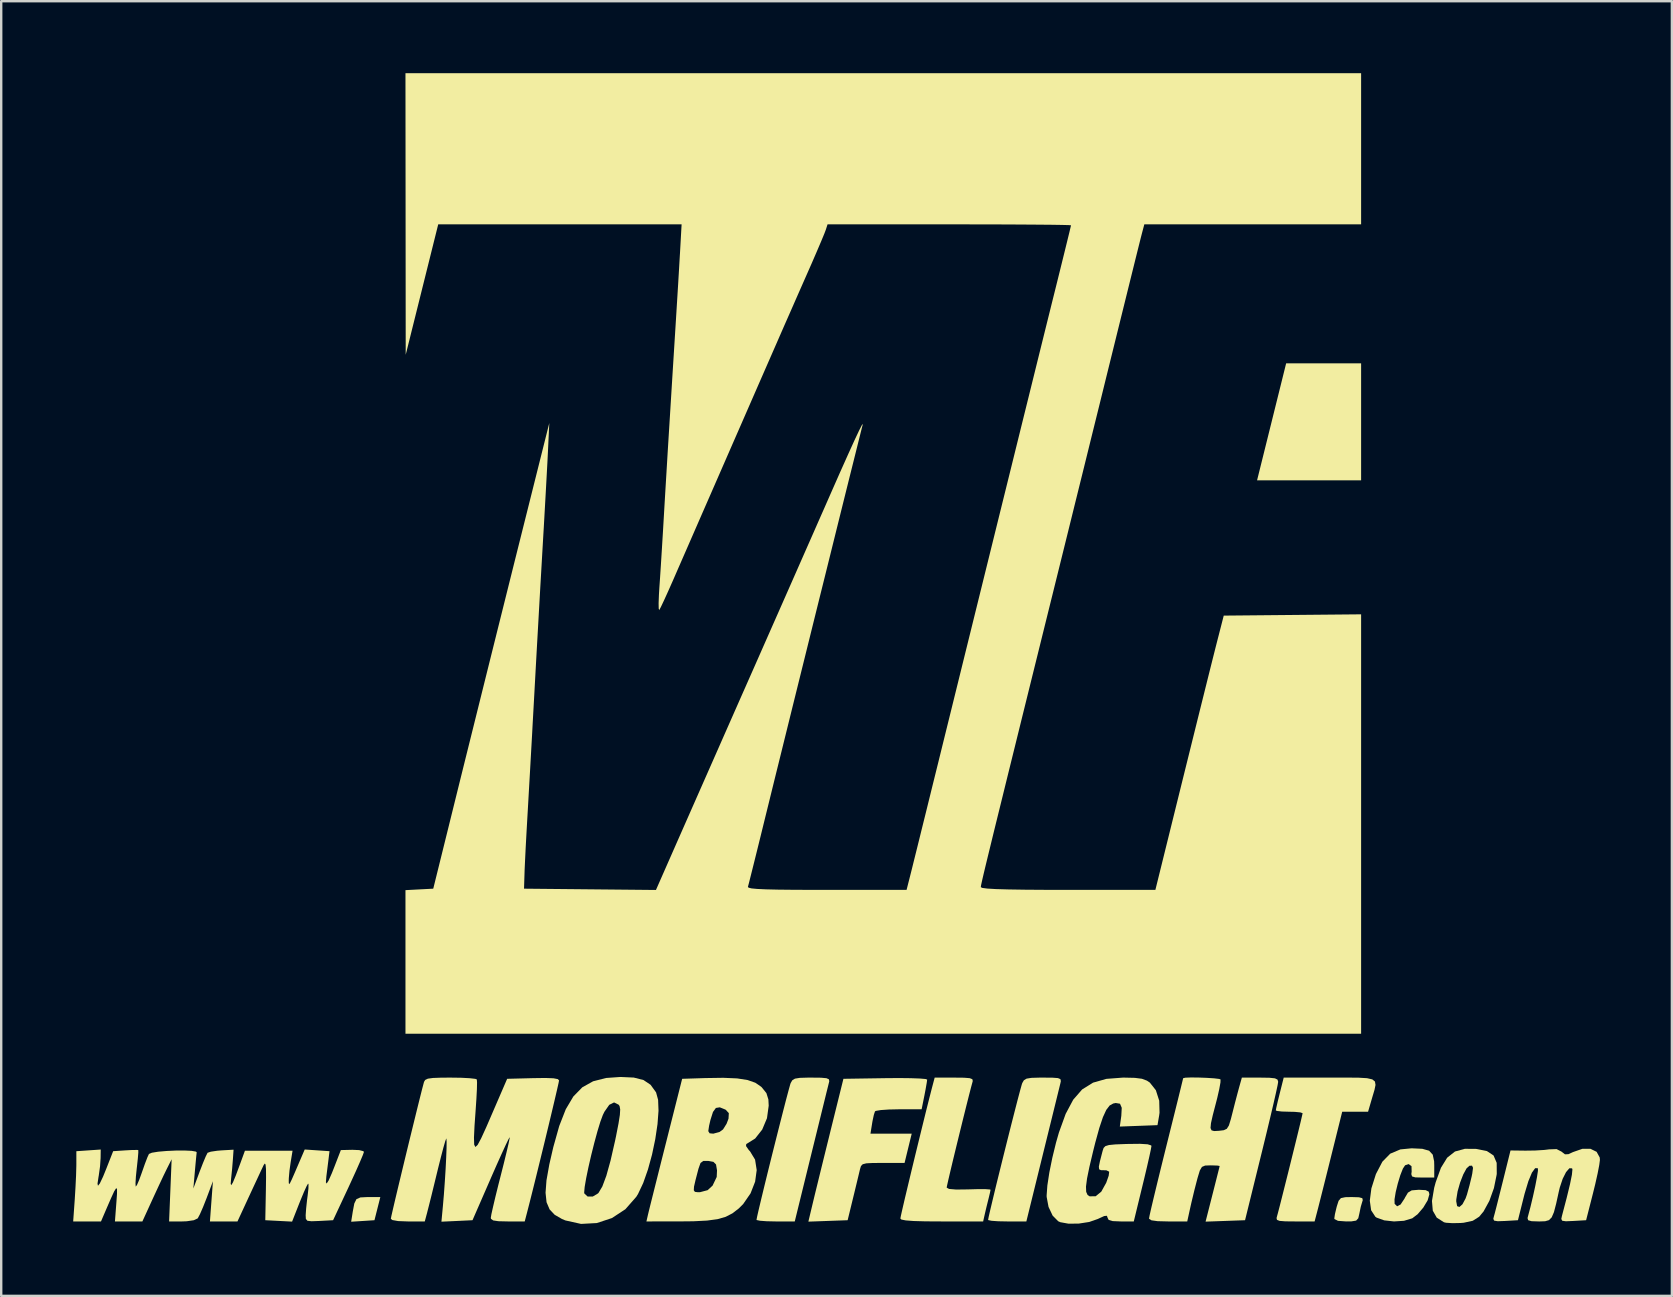
<source format=kicad_pcb>
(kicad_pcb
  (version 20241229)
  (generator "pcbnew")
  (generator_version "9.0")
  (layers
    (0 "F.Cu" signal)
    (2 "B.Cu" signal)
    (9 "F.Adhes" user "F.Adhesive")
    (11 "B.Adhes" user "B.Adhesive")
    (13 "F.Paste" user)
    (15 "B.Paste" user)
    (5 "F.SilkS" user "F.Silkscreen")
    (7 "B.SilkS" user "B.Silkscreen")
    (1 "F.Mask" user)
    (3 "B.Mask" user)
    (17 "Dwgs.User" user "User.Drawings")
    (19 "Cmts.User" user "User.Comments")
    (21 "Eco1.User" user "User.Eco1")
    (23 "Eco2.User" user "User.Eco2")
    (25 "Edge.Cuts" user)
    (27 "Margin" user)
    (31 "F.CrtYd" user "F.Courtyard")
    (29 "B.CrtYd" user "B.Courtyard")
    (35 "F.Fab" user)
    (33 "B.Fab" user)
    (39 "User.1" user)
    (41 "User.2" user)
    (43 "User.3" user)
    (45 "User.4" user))
  (footprint "MobiFlight_250x250"
    (layer "F.Cu")
    (at 31.831 23.978)
    (property "Reference" "MobiFlight_250x250" (at 0.025 13.564 0) (layer "F.SilkS") (effects (font (size 1.524 1.524) (thickness 0.3))))
    (attr board_only exclude_from_pos_files exclude_from_bom)
    (fp_poly (pts (xy 21.844 -7.01) (xy 17.508 -7.01) (xy 18.72 -11.887) (xy 21.844 -11.887)) (stroke (width 0) (type solid)) (fill yes) (layer "F.SilkS"))
    (fp_poly (pts (xy -19.153 23.343) (xy -19.275 23.825) (xy -20.246 23.888) (xy -20.178 23.46) (xy -20.115 23.127) (xy -20.027 22.948) (xy -19.861 22.875) (xy -19.566 22.86) (xy -19.517 22.86) (xy -19.031 22.86)) (stroke (width 0) (type solid)) (fill yes) (layer "F.SilkS"))
    (fp_poly (pts (xy 21.754 22.869) (xy 21.893 22.906) (xy 21.913 22.988) (xy 21.897 23.038) (xy 21.83 23.264) (xy 21.771 23.546) (xy 21.726 23.743) (xy 21.637 23.841) (xy 21.445 23.873) (xy 21.221 23.876) (xy 20.88 23.851) (xy 20.733 23.776) (xy 20.727 23.749) (xy 20.753 23.573) (xy 20.817 23.302) (xy 20.833 23.241) (xy 20.906 23.016) (xy 21.002 22.904) (xy 21.185 22.865) (xy 21.453 22.86)) (stroke (width 0) (type solid)) (fill yes) (layer "F.SilkS"))
    (fp_poly (pts (xy -0.664 17.886) (xy -0.436 17.907) (xy -0.335 17.954) (xy -0.321 18.035) (xy -0.327 18.059) (xy -0.362 18.201) (xy -0.44 18.513) (xy -0.552 18.969) (xy -0.693 19.542) (xy -0.856 20.205) (xy -1.035 20.931) (xy -1.066 21.057) (xy -1.759 23.876) (xy -2.556 23.876) (xy -2.929 23.868) (xy -3.209 23.847) (xy -3.346 23.818) (xy -3.353 23.809) (xy -3.329 23.681) (xy -3.262 23.387) (xy -3.16 22.958) (xy -3.031 22.425) (xy -2.883 21.821) (xy -2.723 21.175) (xy -2.558 20.518) (xy -2.398 19.883) (xy -2.249 19.299) (xy -2.12 18.799) (xy -2.017 18.412) (xy -1.95 18.171) (xy -1.93 18.11) (xy -1.863 17.994) (xy -1.751 17.925) (xy -1.548 17.892) (xy -1.205 17.882) (xy -1.057 17.882)) (stroke (width 0) (type solid)) (fill yes) (layer "F.SilkS"))
    (fp_poly (pts (xy 8.985 17.885) (xy 9.211 17.902) (xy 9.313 17.946) (xy 9.33 18.029) (xy 9.313 18.11) (xy 9.275 18.266) (xy 9.195 18.591) (xy 9.08 19.059) (xy 8.937 19.64) (xy 8.772 20.308) (xy 8.593 21.034) (xy 8.575 21.107) (xy 7.893 23.876) (xy 7.096 23.876) (xy 6.723 23.869) (xy 6.443 23.849) (xy 6.306 23.82) (xy 6.299 23.812) (xy 6.323 23.684) (xy 6.39 23.39) (xy 6.492 22.962) (xy 6.62 22.429) (xy 6.769 21.825) (xy 6.929 21.178) (xy 7.093 20.522) (xy 7.253 19.886) (xy 7.402 19.302) (xy 7.531 18.801) (xy 7.634 18.414) (xy 7.701 18.172) (xy 7.722 18.11) (xy 7.789 17.994) (xy 7.901 17.925) (xy 8.104 17.892) (xy 8.448 17.882) (xy 8.594 17.882)) (stroke (width 0) (type solid)) (fill yes) (layer "F.SilkS"))
    (fp_poly (pts (xy 3.076 17.906) (xy 3.457 17.92) (xy 3.694 17.941) (xy 3.759 17.964) (xy 3.74 18.104) (xy 3.692 18.377) (xy 3.644 18.627) (xy 3.528 19.202) (xy 2.583 19.202) (xy 2.165 19.211) (xy 1.829 19.234) (xy 1.624 19.268) (xy 1.585 19.288) (xy 1.536 19.436) (xy 1.48 19.7) (xy 1.464 19.796) (xy 1.396 20.218) (xy 3.115 20.218) (xy 2.966 20.828) (xy 2.817 21.438) (xy 1.918 21.438) (xy 1.49 21.44) (xy 1.222 21.454) (xy 1.072 21.493) (xy 1 21.569) (xy 0.961 21.695) (xy 0.956 21.717) (xy 0.903 21.94) (xy 0.817 22.298) (xy 0.713 22.727) (xy 0.668 22.911) (xy 0.445 23.825) (xy -1.192 23.884) (xy -1.003 23.092) (xy -0.921 22.752) (xy -0.8 22.258) (xy -0.652 21.653) (xy -0.486 20.981) (xy -0.314 20.285) (xy -0.273 20.117) (xy 0.269 17.932) (xy 2.014 17.905) (xy 2.584 17.9)) (stroke (width 0) (type solid)) (fill yes) (layer "F.SilkS"))
    (fp_poly (pts (xy 26.639 20.853) (xy 27.086 20.943) (xy 27.364 21.128) (xy 27.494 21.434) (xy 27.497 21.884) (xy 27.492 21.932) (xy 27.379 22.486) (xy 27.189 23.017) (xy 26.947 23.46) (xy 26.764 23.68) (xy 26.498 23.848) (xy 26.12 23.93) (xy 25.985 23.941) (xy 25.651 23.948) (xy 25.387 23.931) (xy 25.298 23.911) (xy 24.997 23.719) (xy 24.831 23.428) (xy 24.798 23.038) (xy 25.808 23.038) (xy 25.845 23.238) (xy 25.941 23.273) (xy 26.068 23.16) (xy 26.198 22.917) (xy 26.257 22.75) (xy 26.361 22.372) (xy 26.45 22.007) (xy 26.477 21.877) (xy 26.508 21.641) (xy 26.466 21.552) (xy 26.359 21.555) (xy 26.237 21.666) (xy 26.1 21.919) (xy 25.969 22.257) (xy 25.865 22.622) (xy 25.811 22.957) (xy 25.808 23.038) (xy 24.798 23.038) (xy 24.797 23.02) (xy 24.889 22.475) (xy 24.952 22.243) (xy 25.171 21.64) (xy 25.43 21.22) (xy 25.755 20.962) (xy 26.168 20.849)) (stroke (width 0) (type solid)) (fill yes) (layer "F.SilkS"))
    (fp_poly (pts (xy 21.737 17.885) (xy 22.091 17.906) (xy 22.311 17.956) (xy 22.421 18.046) (xy 22.444 18.187) (xy 22.402 18.392) (xy 22.319 18.67) (xy 22.294 18.755) (xy 22.134 19.304) (xy 21.056 19.304) (xy 20.582 21.209) (xy 20.427 21.83) (xy 20.282 22.408) (xy 20.157 22.904) (xy 20.062 23.279) (xy 20.006 23.495) (xy 19.906 23.876) (xy 19.09 23.876) (xy 18.686 23.872) (xy 18.447 23.853) (xy 18.338 23.811) (xy 18.32 23.737) (xy 18.329 23.698) (xy 18.374 23.535) (xy 18.456 23.22) (xy 18.565 22.789) (xy 18.694 22.276) (xy 18.834 21.718) (xy 18.975 21.148) (xy 19.11 20.603) (xy 19.229 20.117) (xy 19.324 19.725) (xy 19.385 19.462) (xy 19.406 19.365) (xy 19.314 19.332) (xy 19.077 19.309) (xy 18.847 19.304) (xy 18.541 19.295) (xy 18.338 19.271) (xy 18.288 19.249) (xy 18.311 19.129) (xy 18.371 18.869) (xy 18.453 18.537) (xy 18.618 17.882) (xy 20.536 17.882) (xy 21.226 17.881)) (stroke (width 0) (type solid)) (fill yes) (layer "F.SilkS"))
    (fp_poly (pts (xy 24.395 20.849) (xy 24.677 20.928) (xy 24.829 21.093) (xy 24.887 21.372) (xy 24.892 21.543) (xy 24.892 22.047) (xy 24.398 22.047) (xy 24.104 22.04) (xy 23.966 22) (xy 23.936 21.903) (xy 23.95 21.805) (xy 23.944 21.572) (xy 23.826 21.486) (xy 23.677 21.536) (xy 23.585 21.675) (xy 23.477 21.95) (xy 23.372 22.298) (xy 23.285 22.655) (xy 23.236 22.957) (xy 23.24 23.141) (xy 23.241 23.142) (xy 23.344 23.245) (xy 23.489 23.17) (xy 23.649 22.93) (xy 23.673 22.882) (xy 23.796 22.675) (xy 23.953 22.581) (xy 24.226 22.558) (xy 24.257 22.557) (xy 24.535 22.572) (xy 24.662 22.635) (xy 24.689 22.743) (xy 24.617 22.996) (xy 24.436 23.298) (xy 24.2 23.575) (xy 23.975 23.746) (xy 23.631 23.849) (xy 23.214 23.876) (xy 22.807 23.831) (xy 22.492 23.718) (xy 22.439 23.682) (xy 22.262 23.412) (xy 22.206 23.009) (xy 22.272 22.499) (xy 22.457 21.913) (xy 22.463 21.898) (xy 22.73 21.386) (xy 23.058 21.052) (xy 23.48 20.874) (xy 23.949 20.828)) (stroke (width 0) (type solid)) (fill yes) (layer "F.SilkS"))
    (fp_poly (pts (xy 5.292 17.886) (xy 5.531 17.905) (xy 5.641 17.947) (xy 5.659 18.021) (xy 5.65 18.059) (xy 5.593 18.268) (xy 5.502 18.62) (xy 5.386 19.081) (xy 5.253 19.615) (xy 5.112 20.188) (xy 4.971 20.764) (xy 4.839 21.308) (xy 4.725 21.786) (xy 4.637 22.161) (xy 4.584 22.4) (xy 4.572 22.467) (xy 4.672 22.522) (xy 4.969 22.547) (xy 5.459 22.541) (xy 5.486 22.54) (xy 5.889 22.529) (xy 6.201 22.531) (xy 6.377 22.545) (xy 6.4 22.555) (xy 6.377 22.678) (xy 6.32 22.915) (xy 6.308 22.962) (xy 6.226 23.293) (xy 6.155 23.595) (xy 6.155 23.597) (xy 6.092 23.876) (xy 4.367 23.876) (xy 3.686 23.872) (xy 3.19 23.858) (xy 2.863 23.833) (xy 2.686 23.797) (xy 2.642 23.756) (xy 2.665 23.635) (xy 2.73 23.347) (xy 2.828 22.924) (xy 2.954 22.396) (xy 3.098 21.794) (xy 3.254 21.148) (xy 3.415 20.49) (xy 3.572 19.849) (xy 3.718 19.257) (xy 3.847 18.745) (xy 3.95 18.343) (xy 3.971 18.263) (xy 4.072 17.882) (xy 4.888 17.882)) (stroke (width 0) (type solid)) (fill yes) (layer "F.SilkS"))
    (fp_poly (pts (xy -8.468 17.88) (xy -8.063 17.983) (xy -7.768 18.181) (xy -7.542 18.493) (xy -7.538 18.501) (xy -7.454 18.808) (xy -7.437 19.263) (xy -7.479 19.822) (xy -7.572 20.445) (xy -7.707 21.089) (xy -7.878 21.713) (xy -8.075 22.275) (xy -8.291 22.732) (xy -8.364 22.85) (xy -8.818 23.367) (xy -9.378 23.735) (xy -10.007 23.943) (xy -10.666 23.979) (xy -11.319 23.834) (xy -11.459 23.775) (xy -11.763 23.6) (xy -11.976 23.375) (xy -12.103 23.076) (xy -12.145 22.68) (xy -12.144 22.667) (xy -10.535 22.667) (xy -10.529 22.71) (xy -10.39 22.839) (xy -10.175 22.837) (xy -9.959 22.708) (xy -9.935 22.682) (xy -9.778 22.418) (xy -9.612 21.973) (xy -9.436 21.34) (xy -9.247 20.512) (xy -9.205 20.311) (xy -9.104 19.793) (xy -9.048 19.437) (xy -9.034 19.207) (xy -9.06 19.069) (xy -9.099 19.011) (xy -9.289 18.916) (xy -9.49 19.016) (xy -9.692 19.306) (xy -9.758 19.442) (xy -9.862 19.724) (xy -9.984 20.125) (xy -10.114 20.604) (xy -10.243 21.117) (xy -10.359 21.623) (xy -10.453 22.078) (xy -10.515 22.44) (xy -10.535 22.667) (xy -12.144 22.667) (xy -12.106 22.162) (xy -11.988 21.5) (xy -11.823 20.783) (xy -11.575 19.899) (xy -11.302 19.2) (xy -10.987 18.669) (xy -10.613 18.286) (xy -10.163 18.035) (xy -9.62 17.897) (xy -9.026 17.855)) (stroke (width 0) (type solid)) (fill yes) (layer "F.SilkS"))
    (fp_poly (pts (xy 31.405 20.85) (xy 31.659 20.975) (xy 31.788 21.211) (xy 31.796 21.314) (xy 31.769 21.523) (xy 31.701 21.875) (xy 31.602 22.318) (xy 31.506 22.708) (xy 31.221 23.825) (xy 30.685 23.856) (xy 30.376 23.869) (xy 30.225 23.847) (xy 30.187 23.772) (xy 30.212 23.653) (xy 30.411 22.894) (xy 30.55 22.321) (xy 30.629 21.929) (xy 30.65 21.711) (xy 30.636 21.662) (xy 30.523 21.661) (xy 30.385 21.82) (xy 30.244 22.1) (xy 30.123 22.464) (xy 30.086 22.619) (xy 29.972 23.137) (xy 29.88 23.489) (xy 29.787 23.706) (xy 29.672 23.822) (xy 29.513 23.868) (xy 29.288 23.876) (xy 29.246 23.876) (xy 28.946 23.866) (xy 28.805 23.825) (xy 28.78 23.737) (xy 28.789 23.698) (xy 28.9 23.279) (xy 29.007 22.831) (xy 29.102 22.399) (xy 29.173 22.03) (xy 29.213 21.768) (xy 29.212 21.66) (xy 29.098 21.656) (xy 28.963 21.841) (xy 28.814 22.2) (xy 28.657 22.722) (xy 28.622 22.86) (xy 28.38 23.825) (xy 27.846 23.856) (xy 27.538 23.867) (xy 27.388 23.842) (xy 27.354 23.768) (xy 27.368 23.704) (xy 27.413 23.54) (xy 27.495 23.222) (xy 27.603 22.793) (xy 27.727 22.298) (xy 27.747 22.219) (xy 28.07 20.918) (xy 28.691 20.926) (xy 29.098 20.92) (xy 29.482 20.896) (xy 29.676 20.872) (xy 29.991 20.861) (xy 30.2 20.969) (xy 30.206 20.975) (xy 30.34 21.079) (xy 30.483 21.073) (xy 30.675 20.985) (xy 31.063 20.85)) (stroke (width 0) (type solid)) (fill yes) (layer "F.SilkS"))
    (fp_poly (pts (xy -4.16 17.915) (xy -3.725 17.983) (xy -3.402 18.096) (xy -3.162 18.261) (xy -3.132 18.29) (xy -2.941 18.528) (xy -2.858 18.793) (xy -2.845 19.052) (xy -2.917 19.574) (xy -3.115 20.047) (xy -3.409 20.42) (xy -3.769 20.645) (xy -3.78 20.649) (xy -3.79 20.734) (xy -3.674 20.901) (xy -3.622 20.956) (xy -3.413 21.3) (xy -3.345 21.736) (xy -3.411 22.219) (xy -3.601 22.705) (xy -3.907 23.149) (xy -4.096 23.338) (xy -4.356 23.538) (xy -4.637 23.683) (xy -4.977 23.781) (xy -5.413 23.84) (xy -5.983 23.869) (xy -6.587 23.875) (xy -7.941 23.876) (xy -7.877 23.597) (xy -7.836 23.426) (xy -7.752 23.088) (xy -7.632 22.61) (xy -7.624 22.578) (xy -5.967 22.578) (xy -5.92 22.643) (xy -5.813 22.657) (xy -5.708 22.657) (xy -5.39 22.573) (xy -5.184 22.383) (xy -5.012 22.023) (xy -4.999 21.748) (xy -5.04 21.502) (xy -5.149 21.393) (xy -5.354 21.355) (xy -5.569 21.354) (xy -5.686 21.439) (xy -5.767 21.664) (xy -5.78 21.711) (xy -5.894 22.148) (xy -5.958 22.425) (xy -5.967 22.578) (xy -7.624 22.578) (xy -7.484 22.021) (xy -7.316 21.351) (xy -7.133 20.628) (xy -7.132 20.625) (xy -7.003 20.113) (xy -5.363 20.113) (xy -5.307 20.203) (xy -5.155 20.218) (xy -4.893 20.147) (xy -4.748 20.041) (xy -4.599 19.802) (xy -4.52 19.592) (xy -4.507 19.363) (xy -4.634 19.224) (xy -4.658 19.211) (xy -4.883 19.12) (xy -5.045 19.146) (xy -5.167 19.313) (xy -5.273 19.647) (xy -5.329 19.888) (xy -5.363 20.113) (xy -7.003 20.113) (xy -6.452 17.932) (xy -5.486 17.901) (xy -4.738 17.89)) (stroke (width 0) (type solid)) (fill yes) (layer "F.SilkS"))
    (fp_poly (pts (xy 15.071 17.879) (xy 15.412 17.892) (xy 15.718 17.912) (xy 15.928 17.937) (xy 15.986 17.958) (xy 15.982 18.083) (xy 15.933 18.357) (xy 15.848 18.731) (xy 15.792 18.948) (xy 15.662 19.447) (xy 15.587 19.781) (xy 15.568 19.982) (xy 15.611 20.08) (xy 15.719 20.109) (xy 15.896 20.1) (xy 15.924 20.098) (xy 16.121 20.074) (xy 16.247 20.015) (xy 16.334 19.876) (xy 16.415 19.613) (xy 16.481 19.355) (xy 16.588 18.934) (xy 16.693 18.535) (xy 16.767 18.263) (xy 16.874 17.882) (xy 17.632 17.882) (xy 18.023 17.888) (xy 18.253 17.912) (xy 18.36 17.965) (xy 18.387 18.055) (xy 18.387 18.059) (xy 18.363 18.201) (xy 18.296 18.513) (xy 18.192 18.969) (xy 18.057 19.54) (xy 17.899 20.201) (xy 17.722 20.925) (xy 17.696 21.031) (xy 17.007 23.825) (xy 15.362 23.884) (xy 15.654 22.737) (xy 15.769 22.285) (xy 15.863 21.912) (xy 15.927 21.659) (xy 15.949 21.565) (xy 15.86 21.548) (xy 15.638 21.54) (xy 15.561 21.539) (xy 15.343 21.547) (xy 15.211 21.603) (xy 15.123 21.751) (xy 15.035 22.04) (xy 15.012 22.123) (xy 14.894 22.58) (xy 14.775 23.075) (xy 14.726 23.292) (xy 14.598 23.876) (xy 13.801 23.876) (xy 13.364 23.865) (xy 13.106 23.829) (xy 13.008 23.765) (xy 13.006 23.749) (xy 13.03 23.621) (xy 13.097 23.322) (xy 13.202 22.878) (xy 13.338 22.315) (xy 13.498 21.66) (xy 13.677 20.937) (xy 13.717 20.777) (xy 13.898 20.05) (xy 14.063 19.389) (xy 14.204 18.821) (xy 14.315 18.369) (xy 14.391 18.058) (xy 14.426 17.914) (xy 14.427 17.907) (xy 14.519 17.885) (xy 14.753 17.876)) (stroke (width 0) (type solid)) (fill yes) (layer "F.SilkS"))
    (fp_poly (pts (xy 12.413 17.892) (xy 12.709 17.93) (xy 12.917 18.008) (xy 13.039 18.09) (xy 13.29 18.407) (xy 13.43 18.845) (xy 13.443 19.345) (xy 13.428 19.456) (xy 13.358 19.863) (xy 11.788 19.922) (xy 11.85 19.474) (xy 11.868 19.14) (xy 11.796 18.97) (xy 11.617 18.94) (xy 11.513 18.961) (xy 11.364 19.044) (xy 11.224 19.226) (xy 11.084 19.53) (xy 10.934 19.978) (xy 10.765 20.592) (xy 10.674 20.956) (xy 10.52 21.605) (xy 10.422 22.085) (xy 10.378 22.423) (xy 10.386 22.643) (xy 10.444 22.772) (xy 10.529 22.829) (xy 10.781 22.827) (xy 11.016 22.634) (xy 11.223 22.26) (xy 11.324 21.971) (xy 11.345 21.803) (xy 11.232 21.746) (xy 11.13 21.742) (xy 10.998 21.739) (xy 10.927 21.703) (xy 10.914 21.594) (xy 10.958 21.374) (xy 11.054 21.002) (xy 11.073 20.93) (xy 11.113 20.812) (xy 11.187 20.737) (xy 11.334 20.692) (xy 11.595 20.666) (xy 12.01 20.65) (xy 12.123 20.647) (xy 12.63 20.641) (xy 12.949 20.661) (xy 13.094 20.707) (xy 13.106 20.733) (xy 13.083 20.868) (xy 13.02 21.163) (xy 12.925 21.581) (xy 12.806 22.084) (xy 12.738 22.363) (xy 12.37 23.876) (xy 11.824 23.876) (xy 11.492 23.862) (xy 11.323 23.813) (xy 11.278 23.722) (xy 11.25 23.64) (xy 11.137 23.651) (xy 10.897 23.761) (xy 10.875 23.772) (xy 10.513 23.898) (xy 10.08 23.965) (xy 9.653 23.97) (xy 9.309 23.908) (xy 9.22 23.868) (xy 8.988 23.633) (xy 8.817 23.271) (xy 8.739 22.854) (xy 8.738 22.789) (xy 8.768 22.378) (xy 8.851 21.834) (xy 8.976 21.219) (xy 9.129 20.593) (xy 9.251 20.168) (xy 9.531 19.393) (xy 9.846 18.802) (xy 10.218 18.375) (xy 10.672 18.092) (xy 11.23 17.934) (xy 11.915 17.882) (xy 11.972 17.882)) (stroke (width 0) (type solid)) (fill yes) (layer "F.SilkS"))
    (fp_poly (pts (xy -15.662 17.888) (xy -15.304 17.907) (xy -15.072 17.934) (xy -15.009 17.958) (xy -15 18.084) (xy -15.006 18.369) (xy -15.027 18.77) (xy -15.056 19.202) (xy -15.105 19.891) (xy -15.128 20.38) (xy -15.119 20.674) (xy -15.07 20.774) (xy -14.975 20.685) (xy -14.827 20.409) (xy -14.617 19.95) (xy -14.417 19.488) (xy -13.745 17.932) (xy -12.664 17.904) (xy -12.149 17.897) (xy -11.814 17.91) (xy -11.633 17.945) (xy -11.582 17.999) (xy -11.606 18.121) (xy -11.671 18.409) (xy -11.77 18.834) (xy -11.896 19.365) (xy -12.041 19.971) (xy -12.199 20.623) (xy -12.362 21.289) (xy -12.522 21.94) (xy -12.672 22.544) (xy -12.805 23.073) (xy -12.913 23.494) (xy -12.913 23.495) (xy -13.013 23.876) (xy -13.72 23.876) (xy -14.106 23.867) (xy -14.327 23.834) (xy -14.418 23.769) (xy -14.427 23.726) (xy -14.403 23.58) (xy -14.335 23.275) (xy -14.234 22.847) (xy -14.107 22.333) (xy -14.018 21.985) (xy -13.882 21.448) (xy -13.769 20.984) (xy -13.686 20.628) (xy -13.642 20.413) (xy -13.638 20.364) (xy -13.686 20.443) (xy -13.801 20.68) (xy -13.97 21.048) (xy -14.181 21.517) (xy -14.42 22.06) (xy -14.428 22.08) (xy -15.189 23.825) (xy -15.837 23.856) (xy -16.484 23.886) (xy -16.424 23.246) (xy -16.381 22.747) (xy -16.343 22.217) (xy -16.31 21.695) (xy -16.286 21.218) (xy -16.271 20.822) (xy -16.268 20.545) (xy -16.278 20.423) (xy -16.284 20.422) (xy -16.326 20.534) (xy -16.404 20.806) (xy -16.507 21.2) (xy -16.627 21.677) (xy -16.655 21.793) (xy -16.784 22.322) (xy -16.904 22.813) (xy -17.005 23.215) (xy -17.072 23.477) (xy -17.076 23.495) (xy -17.178 23.876) (xy -17.886 23.876) (xy -18.287 23.861) (xy -18.529 23.818) (xy -18.593 23.765) (xy -18.57 23.648) (xy -18.505 23.365) (xy -18.407 22.945) (xy -18.282 22.42) (xy -18.138 21.821) (xy -17.983 21.178) (xy -17.824 20.522) (xy -17.667 19.883) (xy -17.522 19.293) (xy -17.395 18.781) (xy -17.294 18.379) (xy -17.225 18.117) (xy -17.209 18.059) (xy -17.161 17.979) (xy -17.05 17.926) (xy -16.839 17.897) (xy -16.49 17.884) (xy -16.103 17.882)) (stroke (width 0) (type solid)) (fill yes) (layer "F.SilkS"))
    (fp_poly (pts (xy -21.665 20.913) (xy -21.149 20.948) (xy -21.191 21.294) (xy -21.236 21.652) (xy -21.281 22.009) (xy -21.299 22.242) (xy -21.269 22.298) (xy -21.187 22.173) (xy -21.05 21.863) (xy -20.936 21.574) (xy -20.676 20.902) (xy -20.193 20.891) (xy -19.913 20.903) (xy -19.74 20.947) (xy -19.714 20.98) (xy -19.757 21.104) (xy -19.871 21.376) (xy -20.041 21.762) (xy -20.253 22.226) (xy -20.358 22.454) (xy -20.999 23.825) (xy -21.574 23.856) (xy -21.899 23.868) (xy -22.069 23.848) (xy -22.134 23.773) (xy -22.142 23.621) (xy -22.141 23.602) (xy -22.122 23.332) (xy -22.083 22.97) (xy -22.059 22.79) (xy -22.027 22.503) (xy -22.024 22.327) (xy -22.041 22.298) (xy -22.102 22.403) (xy -22.215 22.651) (xy -22.357 22.994) (xy -22.403 23.108) (xy -22.708 23.883) (xy -23.266 23.854) (xy -23.825 23.825) (xy -23.8 22.555) (xy -23.793 22.033) (xy -23.796 21.692) (xy -23.813 21.509) (xy -23.844 21.461) (xy -23.893 21.527) (xy -23.898 21.539) (xy -23.991 21.734) (xy -24.144 22.063) (xy -24.337 22.477) (xy -24.503 22.835) (xy -24.984 23.876) (xy -26.132 23.876) (xy -26.07 23.038) (xy -26.007 22.2) (xy -26.274 22.911) (xy -26.418 23.275) (xy -26.547 23.571) (xy -26.637 23.741) (xy -26.643 23.749) (xy -26.803 23.825) (xy -27.1 23.869) (xy -27.29 23.876) (xy -27.834 23.876) (xy -27.728 21.285) (xy -27.932 21.692) (xy -28.067 21.969) (xy -28.253 22.364) (xy -28.458 22.807) (xy -28.541 22.987) (xy -28.947 23.876) (xy -30.091 23.876) (xy -30.031 23.089) (xy -30.005 22.728) (xy -30.004 22.526) (xy -30.039 22.488) (xy -30.122 22.62) (xy -30.263 22.928) (xy -30.421 23.292) (xy -30.672 23.876) (xy -31.831 23.876) (xy -31.765 22.946) (xy -31.735 22.453) (xy -31.711 21.965) (xy -31.7 21.568) (xy -31.699 21.483) (xy -31.699 20.949) (xy -31.191 20.914) (xy -30.683 20.879) (xy -30.688 21.234) (xy -30.711 21.575) (xy -30.764 21.957) (xy -30.775 22.019) (xy -30.817 22.3) (xy -30.798 22.39) (xy -30.72 22.291) (xy -30.585 22.007) (xy -30.442 21.655) (xy -30.165 20.948) (xy -29.653 20.914) (xy -29.357 20.898) (xy -29.161 20.897) (xy -29.118 20.903) (xy -29.117 21.008) (xy -29.138 21.262) (xy -29.176 21.612) (xy -29.181 21.653) (xy -29.218 22.014) (xy -29.234 22.288) (xy -29.226 22.42) (xy -29.224 22.423) (xy -29.173 22.358) (xy -29.08 22.144) (xy -28.966 21.829) (xy -28.965 21.825) (xy -28.843 21.478) (xy -28.737 21.201) (xy -28.673 21.063) (xy -28.551 21.012) (xy -28.291 20.97) (xy -27.943 20.94) (xy -27.559 20.922) (xy -27.192 20.92) (xy -26.893 20.934) (xy -26.713 20.966) (xy -26.684 20.995) (xy -26.699 21.133) (xy -26.726 21.415) (xy -26.759 21.779) (xy -26.76 21.793) (xy -26.823 22.504) (xy -26.558 21.793) (xy -26.421 21.44) (xy -26.306 21.165) (xy -26.233 21.02) (xy -26.228 21.014) (xy -26.096 20.969) (xy -25.832 20.93) (xy -25.655 20.915) (xy -25.147 20.886) (xy -25.175 21.289) (xy -25.207 21.68) (xy -25.248 22.078) (xy -25.25 22.098) (xy -25.267 22.31) (xy -25.243 22.364) (xy -25.174 22.251) (xy -25.054 21.962) (xy -24.887 21.514) (xy -24.674 20.93) (xy -22.689 20.93) (xy -22.768 21.412) (xy -22.817 21.76) (xy -22.844 22.064) (xy -22.847 22.149) (xy -22.846 22.27) (xy -22.834 22.322) (xy -22.797 22.282) (xy -22.72 22.125) (xy -22.589 21.826) (xy -22.422 21.437) (xy -22.182 20.878)) (stroke (width 0) (type solid)) (fill yes) (layer "F.SilkS"))
    (fp_poly (pts (xy 21.844 -17.678) (xy 12.809 -17.678) (xy 12.708 -17.297) (xy 12.663 -17.122) (xy 12.575 -16.77) (xy 12.449 -16.265) (xy 12.291 -15.628) (xy 12.106 -14.881) (xy 11.899 -14.045) (xy 11.676 -13.143) (xy 11.491 -12.395) (xy 11.244 -11.396) (xy 10.959 -10.239) (xy 10.643 -8.964) (xy 10.309 -7.61) (xy 9.964 -6.217) (xy 9.62 -4.825) (xy 9.285 -3.472) (xy 8.97 -2.199) (xy 8.903 -1.93) (xy 8.462 -0.149) (xy 8.067 1.446) (xy 7.716 2.864) (xy 7.407 4.116) (xy 7.136 5.211) (xy 6.902 6.162) (xy 6.701 6.976) (xy 6.531 7.666) (xy 6.391 8.241) (xy 6.276 8.712) (xy 6.185 9.088) (xy 6.115 9.381) (xy 6.064 9.6) (xy 6.029 9.756) (xy 6.007 9.859) (xy 5.997 9.92) (xy 5.994 9.945) (xy 6.061 9.977) (xy 6.27 10.004) (xy 6.63 10.025) (xy 7.152 10.04) (xy 7.848 10.051) (xy 8.727 10.057) (xy 9.632 10.058) (xy 13.27 10.058) (xy 14.42 5.41) (xy 14.664 4.427) (xy 14.902 3.467) (xy 15.128 2.557) (xy 15.336 1.723) (xy 15.519 0.989) (xy 15.671 0.382) (xy 15.786 -0.074) (xy 15.845 -0.305) (xy 16.119 -1.372) (xy 18.982 -1.399) (xy 21.844 -1.426) (xy 21.844 16.053) (xy -17.983 16.053) (xy -17.983 10.069) (xy -17.404 10.038) (xy -16.825 10.008) (xy -15.718 5.537) (xy -15.455 4.478) (xy -15.154 3.269) (xy -14.827 1.954) (xy -14.485 0.58) (xy -14.139 -0.807) (xy -13.801 -2.16) (xy -13.483 -3.435) (xy -13.3 -4.166) (xy -11.989 -9.398) (xy -12.042 -8.28) (xy -12.063 -7.849) (xy -12.095 -7.261) (xy -12.133 -6.564) (xy -12.176 -5.803) (xy -12.22 -5.025) (xy -12.241 -4.674) (xy -12.284 -3.932) (xy -12.325 -3.223) (xy -12.366 -2.52) (xy -12.407 -1.793) (xy -12.451 -1.013) (xy -12.5 -0.152) (xy -12.554 0.819) (xy -12.615 1.929) (xy -12.686 3.207) (xy -12.703 3.531) (xy -12.746 4.29) (xy -12.793 5.127) (xy -12.841 5.964) (xy -12.884 6.719) (xy -12.904 7.061) (xy -12.939 7.677) (xy -12.972 8.279) (xy -12.998 8.812) (xy -13.017 9.221) (xy -13.021 9.347) (xy -13.042 10.008) (xy -10.293 10.035) (xy -7.544 10.062) (xy -6.705 8.155) (xy -6.422 7.513) (xy -6.081 6.739) (xy -5.704 5.884) (xy -5.315 5.002) (xy -4.937 4.145) (xy -4.711 3.632) (xy -4.039 2.109) (xy -3.441 0.756) (xy -2.912 -0.444) (xy -2.443 -1.506) (xy -2.028 -2.447) (xy -1.66 -3.283) (xy -1.331 -4.03) (xy -1.034 -4.703) (xy -0.763 -5.32) (xy -0.509 -5.895) (xy -0.287 -6.401) (xy 0.122 -7.328) (xy 0.461 -8.086) (xy 0.727 -8.672) (xy 0.92 -9.082) (xy 1.038 -9.313) (xy 1.078 -9.362) (xy 1.068 -9.313) (xy 1.033 -9.178) (xy 0.954 -8.862) (xy 0.835 -8.385) (xy 0.68 -7.764) (xy 0.493 -7.017) (xy 0.28 -6.161) (xy 0.045 -5.215) (xy -0.208 -4.195) (xy -0.475 -3.119) (xy -0.752 -2.007) (xy -1.033 -0.874) (xy -1.314 0.261) (xy -1.592 1.381) (xy -1.861 2.467) (xy -2.117 3.502) (xy -2.356 4.469) (xy -2.574 5.349) (xy -2.765 6.124) (xy -2.926 6.778) (xy -2.996 7.061) (xy -3.173 7.782) (xy -3.336 8.441) (xy -3.478 9.012) (xy -3.592 9.467) (xy -3.671 9.781) (xy -3.71 9.927) (xy -3.711 9.931) (xy -3.683 9.967) (xy -3.559 9.997) (xy -3.324 10.019) (xy -2.962 10.036) (xy -2.455 10.048) (xy -1.786 10.055) (xy -0.94 10.058) (xy -0.426 10.058) (xy 2.901 10.058) (xy 3.075 9.373) (xy 3.131 9.15) (xy 3.23 8.75) (xy 3.369 8.192) (xy 3.541 7.496) (xy 3.743 6.682) (xy 3.968 5.769) (xy 4.214 4.777) (xy 4.473 3.726) (xy 4.716 2.743) (xy 5.28 0.459) (xy 5.82 -1.726) (xy 6.333 -3.802) (xy 6.817 -5.76) (xy 7.27 -7.589) (xy 7.688 -9.28) (xy 8.07 -10.822) (xy 8.412 -12.205) (xy 8.713 -13.419) (xy 8.97 -14.454) (xy 9.15 -15.176) (xy 9.316 -15.846) (xy 9.465 -16.449) (xy 9.59 -16.956) (xy 9.684 -17.341) (xy 9.74 -17.577) (xy 9.754 -17.639) (xy 9.655 -17.647) (xy 9.373 -17.654) (xy 8.926 -17.661) (xy 8.333 -17.666) (xy 7.615 -17.671) (xy 6.789 -17.675) (xy 5.876 -17.677) (xy 4.894 -17.678) (xy 4.68 -17.678) (xy -0.393 -17.678) (xy -0.464 -17.455) (xy -0.529 -17.284) (xy -0.66 -16.968) (xy -0.84 -16.546) (xy -1.052 -16.056) (xy -1.141 -15.854) (xy -1.391 -15.287) (xy -1.645 -14.711) (xy -1.875 -14.186) (xy -2.056 -13.775) (xy -2.082 -13.716) (xy -2.184 -13.485) (xy -2.357 -13.089) (xy -2.593 -12.549) (xy -2.883 -11.886) (xy -3.217 -11.123) (xy -3.585 -10.28) (xy -3.979 -9.378) (xy -4.39 -8.438) (xy -4.807 -7.483) (xy -5.222 -6.533) (xy -5.626 -5.609) (xy -6.008 -4.733) (xy -6.361 -3.925) (xy -6.674 -3.208) (xy -6.832 -2.845) (xy -7.032 -2.394) (xy -7.206 -2.011) (xy -7.336 -1.736) (xy -7.406 -1.605) (xy -7.408 -1.602) (xy -7.429 -1.663) (xy -7.433 -1.888) (xy -7.42 -2.237) (xy -7.403 -2.517) (xy -7.373 -2.95) (xy -7.335 -3.531) (xy -7.293 -4.201) (xy -7.25 -4.905) (xy -7.219 -5.436) (xy -7.165 -6.353) (xy -7.11 -7.263) (xy -7.054 -8.199) (xy -6.992 -9.197) (xy -6.924 -10.293) (xy -6.848 -11.521) (xy -6.761 -12.903) (xy -6.713 -13.668) (xy -6.665 -14.445) (xy -6.619 -15.186) (xy -6.58 -15.841) (xy -6.55 -16.358) (xy -6.542 -16.485) (xy -6.475 -17.678) (xy -16.618 -17.678) (xy -17.973 -12.243) (xy -17.983 -23.978) (xy 21.844 -23.978)) (stroke (width 0) (type solid)) (fill yes) (layer "F.SilkS")))
  (gr_rect
    (start -3 -3)
    (end 66.627 50.957)
    (stroke (width 0.1) (type default))
    (fill no)
    (layer "Edge.Cuts")))
</source>
